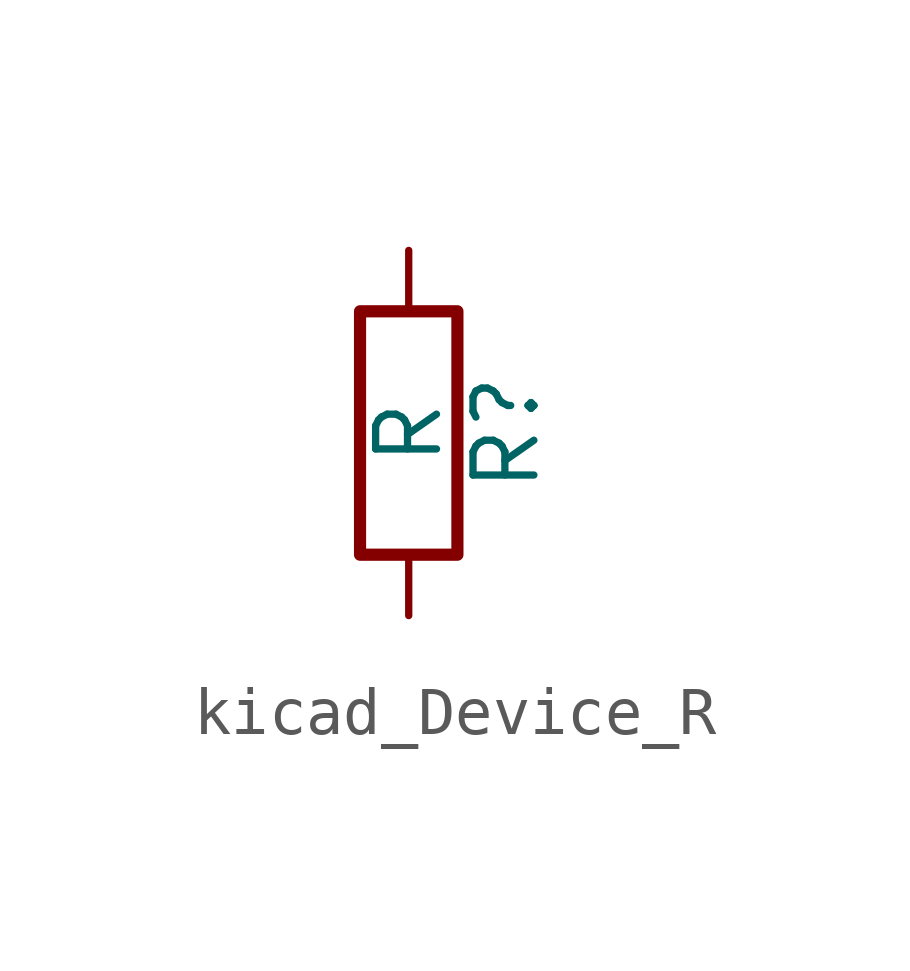
<source format=kicad_sym>
(kicad_symbol_lib
  (version 20220914)
  (generator kicad_symbol_editor)
  (symbol "kicad_Device_R"
    (pin_numbers hide)
    (pin_names
      (offset 0))
    (property "Reference" "R"
      (at 2.032 0 90)
      (effects (font (size 1.27 1.27))))
    (property "Value" "R"
      (at 0 0 90)
      (effects (font (size 1.27 1.27))))
    (symbol "kicad_Device_R_0_1"
      (rectangle (start -1.016 -2.54) (end 1.016 2.54) (stroke (width 0.254) (type default)) (fill (type none))))
    (symbol "kicad_Device_R_1_1"
      (pin passive line (at 0 3.81 270) (length 1.27) (name "~" (effects (font (size 1.27 1.27)))) (number "1" (effects (font (size 1.27 1.27)))))
      (pin passive line (at 0 -3.81 90) (length 1.27) (name "~" (effects (font (size 1.27 1.27)))) (number "2" (effects (font (size 1.27 1.27))))))))
</source>
